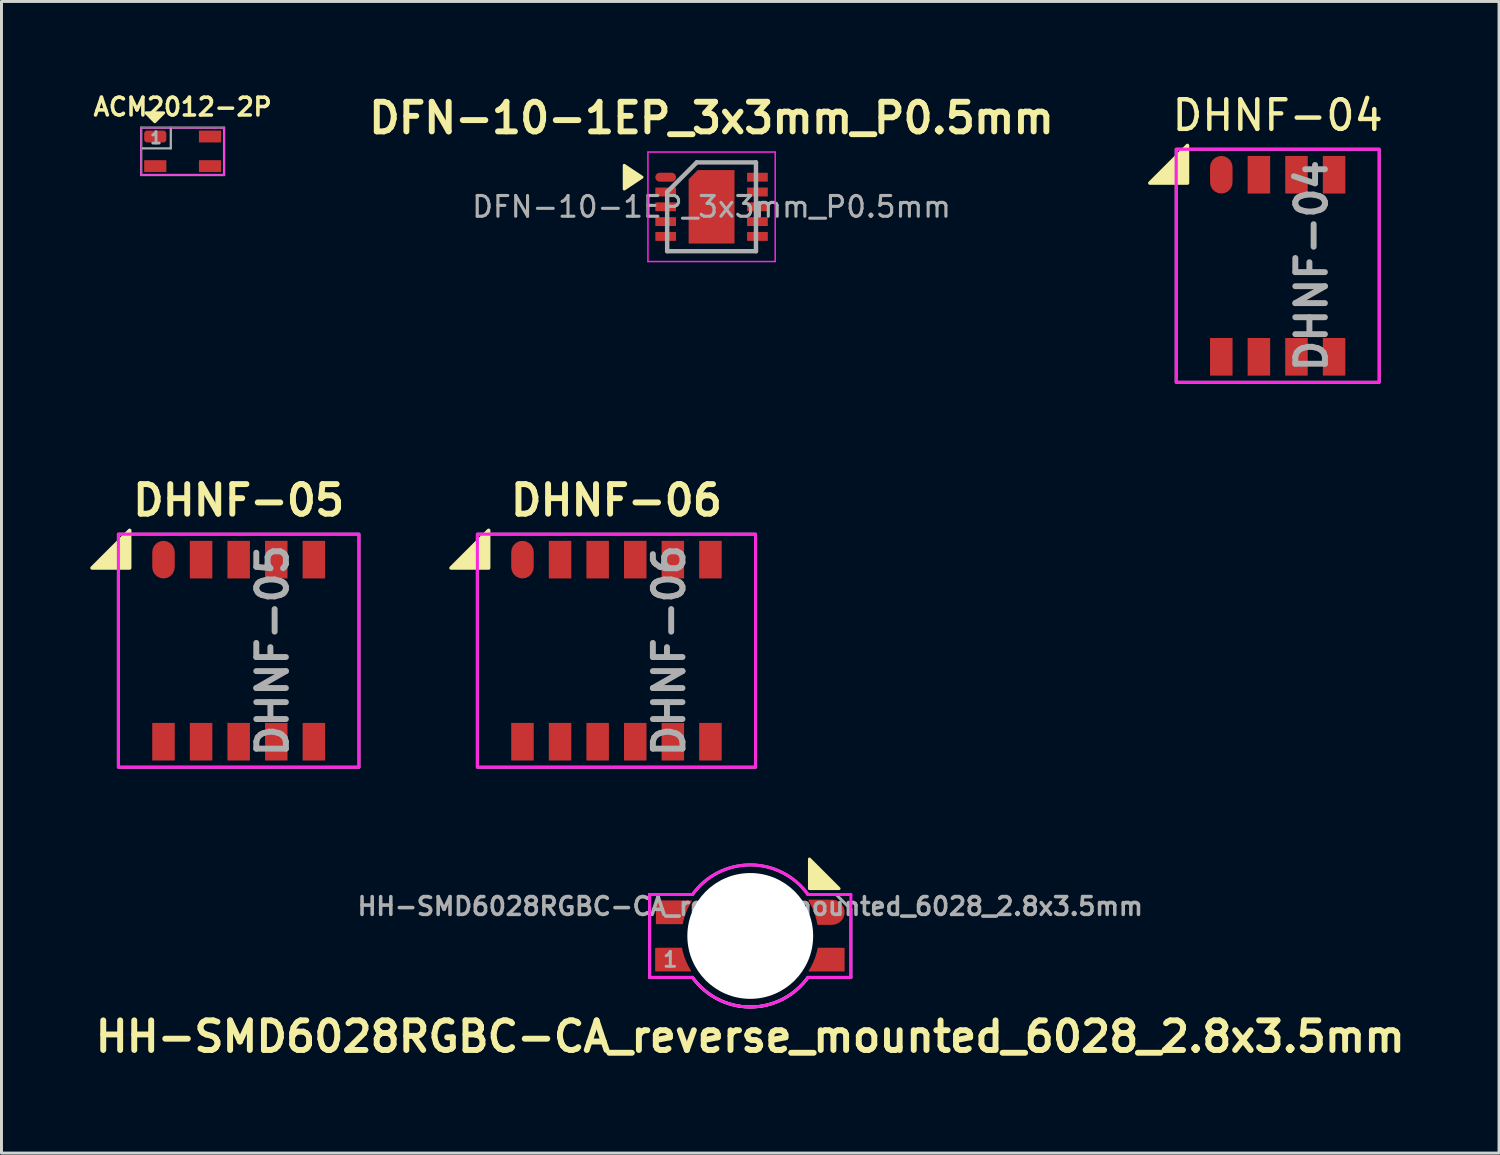
<source format=kicad_pcb>
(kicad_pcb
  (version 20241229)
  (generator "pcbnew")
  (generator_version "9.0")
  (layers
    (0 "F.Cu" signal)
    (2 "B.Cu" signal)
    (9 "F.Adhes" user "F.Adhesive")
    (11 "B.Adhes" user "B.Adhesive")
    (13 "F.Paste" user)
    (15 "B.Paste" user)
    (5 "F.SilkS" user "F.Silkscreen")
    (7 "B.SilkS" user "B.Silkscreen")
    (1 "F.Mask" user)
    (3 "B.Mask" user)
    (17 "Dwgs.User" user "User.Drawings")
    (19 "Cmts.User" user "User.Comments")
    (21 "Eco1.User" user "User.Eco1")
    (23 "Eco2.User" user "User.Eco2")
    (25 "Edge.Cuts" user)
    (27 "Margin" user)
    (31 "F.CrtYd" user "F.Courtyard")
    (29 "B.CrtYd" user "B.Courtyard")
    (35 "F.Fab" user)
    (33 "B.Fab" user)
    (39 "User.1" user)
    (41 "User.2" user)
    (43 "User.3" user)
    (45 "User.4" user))
  (footprint "DHNF-04"
    (layer "F.Cu")
    (at 40.113 5.928)
    (property "Reference" "DHNF-04" (at 0 -5.08 0) (unlocked yes) (layer "F.SilkS") (effects (font (size 1 1) (thickness 0.15))))
    (attr smd)
    (fp_poly (pts (xy -3.048 -2.794) (xy -4.318 -2.794) (xy -3.048 -4.064)) (stroke (width 0.12) (type solid)) (fill yes) (layer "F.SilkS"))
    (fp_poly (pts (xy 3.429 -3.937) (xy 3.429 3.937) (xy -3.429 3.937) (xy -3.429 -3.937)) (stroke (width 0.1) (type solid)) (fill no) (layer "F.CrtYd"))
    (fp_poly (pts (xy 3.429 -3.937) (xy 3.429 3.937) (xy -3.429 3.937) (xy -3.429 -3.937)) (stroke (width 0.1) (type solid)) (fill no) (layer "F.Fab"))
    (fp_text user "${REFERENCE}" (at 1.143 0 90) (unlocked yes) (layer "F.Fab") (effects (font (size 1 1) (thickness 0.2))))
    (pad "1" smd roundrect (at -1.905 -3.075) (size 0.76 1.27) (layers "F.Cu" "F.Mask" "F.Paste") (roundrect_rratio 0.5))
    (pad "2" smd rect (at -0.635 -3.075) (size 0.76 1.27) (layers "F.Cu" "F.Mask" "F.Paste"))
    (pad "3" smd rect (at 0.635 -3.075) (size 0.76 1.27) (layers "F.Cu" "F.Mask" "F.Paste"))
    (pad "4" smd rect (at 1.905 -3.075) (size 0.76 1.27) (layers "F.Cu" "F.Mask" "F.Paste"))
    (pad "5" smd rect (at 1.905 3.075) (size 0.76 1.27) (layers "F.Cu" "F.Mask" "F.Paste"))
    (pad "6" smd rect (at 0.635 3.075) (size 0.76 1.27) (layers "F.Cu" "F.Mask" "F.Paste"))
    (pad "7" smd rect (at -0.635 3.075) (size 0.76 1.27) (layers "F.Cu" "F.Mask" "F.Paste"))
    (pad "8" smd rect (at -1.905 3.075) (size 0.76 1.27) (layers "F.Cu" "F.Mask" "F.Paste")))
  (footprint "DHNF-06"
    (layer "F.Cu")
    (at 17.775 18.931)
    (property "Reference" "DHNF-06" (at 0 -5.08 0) (unlocked yes) (layer "F.SilkS") (effects (font (size 1 1) (thickness 0.2))))
    (attr smd)
    (fp_poly (pts (xy -4.318 -2.794) (xy -5.588 -2.794) (xy -4.318 -4.064)) (stroke (width 0.12) (type solid)) (fill yes) (layer "F.SilkS"))
    (fp_poly (pts (xy 4.699 -3.937) (xy 4.699 3.937) (xy -4.699 3.937) (xy -4.699 -3.937)) (stroke (width 0.1) (type solid)) (fill no) (layer "F.CrtYd"))
    (fp_poly (pts (xy 4.699 -3.937) (xy 4.699 3.937) (xy -4.699 3.937) (xy -4.699 -3.937)) (stroke (width 0.1) (type solid)) (fill no) (layer "F.Fab"))
    (fp_text user "${REFERENCE}" (at 1.778 0 90) (unlocked yes) (layer "F.Fab") (effects (font (size 1 1) (thickness 0.2))))
    (pad "1" smd roundrect (at -3.175 -3.075) (size 0.76 1.27) (layers "F.Cu" "F.Mask" "F.Paste") (roundrect_rratio 0.5))
    (pad "2" smd rect (at -1.905 -3.075) (size 0.76 1.27) (layers "F.Cu" "F.Mask" "F.Paste"))
    (pad "3" smd rect (at -0.635 -3.075) (size 0.76 1.27) (layers "F.Cu" "F.Mask" "F.Paste"))
    (pad "4" smd rect (at 0.635 -3.075) (size 0.76 1.27) (layers "F.Cu" "F.Mask" "F.Paste"))
    (pad "5" smd rect (at 1.905 -3.075) (size 0.76 1.27) (layers "F.Cu" "F.Mask" "F.Paste"))
    (pad "6" smd rect (at 3.175 -3.075) (size 0.76 1.27) (layers "F.Cu" "F.Mask" "F.Paste"))
    (pad "7" smd rect (at 3.175 3.075) (size 0.76 1.27) (layers "F.Cu" "F.Mask" "F.Paste"))
    (pad "8" smd rect (at 1.905 3.075) (size 0.76 1.27) (layers "F.Cu" "F.Mask" "F.Paste"))
    (pad "9" smd rect (at 0.635 3.075) (size 0.76 1.27) (layers "F.Cu" "F.Mask" "F.Paste"))
    (pad "10" smd rect (at -0.635 3.075) (size 0.76 1.27) (layers "F.Cu" "F.Mask" "F.Paste"))
    (pad "11" smd rect (at -1.905 3.075) (size 0.76 1.27) (layers "F.Cu" "F.Mask" "F.Paste"))
    (pad "12" smd rect (at -3.175 3.075) (size 0.76 1.27) (layers "F.Cu" "F.Mask" "F.Paste")))
  (footprint "DHNF-05"
    (layer "F.Cu")
    (at 5.013 18.931)
    (property "Reference" "DHNF-05" (at 0 -5.08 0) (unlocked yes) (layer "F.SilkS") (effects (font (size 1 1) (thickness 0.2))))
    (attr smd)
    (fp_poly (pts (xy -3.683 -2.794) (xy -4.953 -2.794) (xy -3.683 -4.064)) (stroke (width 0.12) (type solid)) (fill yes) (layer "F.SilkS"))
    (fp_poly (pts (xy 4.064 -3.937) (xy 4.064 3.937) (xy -4.064 3.937) (xy -4.064 -3.937)) (stroke (width 0.1) (type solid)) (fill no) (layer "F.CrtYd"))
    (fp_poly (pts (xy 4.064 -3.937) (xy 4.064 3.937) (xy -4.064 3.937) (xy -4.064 -3.937)) (stroke (width 0.1) (type solid)) (fill no) (layer "F.Fab"))
    (fp_text user "${REFERENCE}" (at 1.143 0 90) (unlocked yes) (layer "F.Fab") (effects (font (size 1 1) (thickness 0.2))))
    (pad "1" smd roundrect (at -2.54 -3.075) (size 0.76 1.27) (layers "F.Cu" "F.Mask" "F.Paste") (roundrect_rratio 0.5))
    (pad "2" smd rect (at -1.27 -3.075) (size 0.76 1.27) (layers "F.Cu" "F.Mask" "F.Paste"))
    (pad "3" smd rect (at 0 -3.075) (size 0.76 1.27) (layers "F.Cu" "F.Mask" "F.Paste"))
    (pad "4" smd rect (at 1.27 -3.075) (size 0.76 1.27) (layers "F.Cu" "F.Mask" "F.Paste"))
    (pad "5" smd rect (at 2.54 -3.075) (size 0.76 1.27) (layers "F.Cu" "F.Mask" "F.Paste"))
    (pad "6" smd rect (at 2.54 3.075) (size 0.76 1.27) (layers "F.Cu" "F.Mask" "F.Paste"))
    (pad "7" smd rect (at 1.27 3.075) (size 0.76 1.27) (layers "F.Cu" "F.Mask" "F.Paste"))
    (pad "8" smd rect (at 0 3.075) (size 0.76 1.27) (layers "F.Cu" "F.Mask" "F.Paste"))
    (pad "9" smd rect (at -1.27 3.075) (size 0.76 1.27) (layers "F.Cu" "F.Mask" "F.Paste"))
    (pad "10" smd rect (at -2.54 3.075) (size 0.76 1.27) (layers "F.Cu" "F.Mask" "F.Paste")))
  (footprint "HH-SMD6028RGBC-CA_reverse_mounted_6028_2.8x3.5mm"
    (layer "F.Cu")
    (at 22.295 28.568)
    (property "Reference" "HH-SMD6028RGBC-CA_reverse_mounted_6028_2.8x3.5mm" (at 0 3.4 0) (layer "F.SilkS") (effects (font (size 1 1) (thickness 0.2))))
    (attr smd)
    (fp_poly (pts (xy 3 -1.6) (xy 2 -1.6) (xy 2 -2.6)) (stroke (width 0.1) (type solid)) (fill yes) (layer "F.SilkS"))
    (fp_line (start -3.4 -1.4) (end -3.4 1.4) (stroke (width 0.1) (type solid)) (layer "F.CrtYd"))
    (fp_line (start -3.4 -1.4) (end -1.95 -1.4) (stroke (width 0.1) (type solid)) (layer "F.CrtYd"))
    (fp_line (start -3.4 1.4) (end -1.95 1.4) (stroke (width 0.1) (type solid)) (layer "F.CrtYd"))
    (fp_line (start 3.4 -1.4) (end 1.95 -1.4) (stroke (width 0.1) (type solid)) (layer "F.CrtYd"))
    (fp_line (start 3.4 -1.4) (end 3.4 1.4) (stroke (width 0.1) (type solid)) (layer "F.CrtYd"))
    (fp_line (start 3.4 1.4) (end 1.95 1.4) (stroke (width 0.1) (type solid)) (layer "F.CrtYd"))
    (fp_arc (start -1.949999 -1.400001) (mid 0 -2.400014) (end 1.949999 -1.4) (stroke (width 0.1) (type solid)) (layer "F.CrtYd"))
    (fp_arc (start 1.95 1.4) (mid 0.000001 2.400013) (end -1.949998 1.399999) (stroke (width 0.1) (type solid)) (layer "F.CrtYd"))
    (fp_line (start -3.4 -1.4) (end -3.4 1.4) (stroke (width 0.1) (type solid)) (layer "F.Fab"))
    (fp_line (start -3.4 -1.4) (end -1.95 -1.4) (stroke (width 0.1) (type solid)) (layer "F.Fab"))
    (fp_line (start -3.4 1.4) (end -1.95 1.4) (stroke (width 0.1) (type solid)) (layer "F.Fab"))
    (fp_line (start 2.9 -1.4) (end 1.95 -1.4) (stroke (width 0.1) (type solid)) (layer "F.Fab"))
    (fp_line (start 2.9 -1.4) (end 3.4 -0.9) (stroke (width 0.1) (type solid)) (layer "F.Fab"))
    (fp_line (start 3.4 -0.9) (end 3.4 1.4) (stroke (width 0.1) (type solid)) (layer "F.Fab"))
    (fp_line (start 3.4 1.4) (end 1.95 1.4) (stroke (width 0.1) (type solid)) (layer "F.Fab"))
    (fp_arc (start -1.95 -1.399999) (mid -0.000001 -2.40052) (end 1.949999 -1.4) (stroke (width 0.1) (type solid)) (layer "F.Fab"))
    (fp_arc (start 1.95 1.399999) (mid 0.000001 2.40052) (end -1.949999 1.4) (stroke (width 0.1) (type solid)) (layer "F.Fab"))
    (fp_arc (start 1.95 1.399999) (mid 0.000001 2.40052) (end -1.949999 1.4) (stroke (width 0.1) (type solid)) (layer "F.Fab"))
    (fp_text user "1" (at -2.7 0.8 0) (layer "F.Fab") (effects (font (size 0.5 0.5) (thickness 0.1))))
    (fp_text user "${REFERENCE}" (at 0 -1 0) (layer "F.Fab") (effects (font (size 0.6 0.6) (thickness 0.12))))
    (pad "" np_thru_hole circle (at 0 0 180) (size 4.25 4.25) (drill 4.25) (layers "*.Cu" "*.Mask"))
    (pad "1" smd custom (at -2.667 0.8 180) (size 0.5 0.5) (layers "F.Cu" "F.Mask" "F.Paste") (options (anchor circle)) (primitives (gr_arc (start -0.65 -0.38) (mid -0.461984 -0.014048) (end -0.346215 0.380753) (width 0.04)) (gr_line (start 0.525 0.38) (end -0.346 0.383) (width 0.04)) (gr_line (start 0.525 0.38) (end 0.525 -0.38) (width 0.04)) (gr_poly (pts (xy -0.325 0.375) (xy 0.525 0.375) (xy 0.525 -0.375) (xy -0.625 -0.375) (xy -0.425 0.025)) (width 0.04) (fill yes)) (gr_line (start 0.525 -0.38) (end -0.65 -0.38) (width 0.04))))
    (pad "2" smd custom (at -2.642 -0.8 180) (size 0.5 0.5) (layers "F.Cu" "F.Mask" "F.Paste") (options (anchor circle)) (primitives (gr_arc (start -0.346215 -0.380753) (mid -0.461984 0.014048) (end -0.65 0.38) (width 0.04)) (gr_line (start 0.525 -0.38) (end -0.346 -0.383) (width 0.04)) (gr_line (start 0.525 -0.38) (end 0.525 0.38) (width 0.04)) (gr_poly (pts (xy -0.325 -0.375) (xy 0.525 -0.375) (xy 0.525 0.375) (xy -0.625 0.375) (xy -0.425 -0.025)) (width 0.04) (fill yes)) (gr_line (start 0.525 0.38) (end -0.65 0.38) (width 0.04))))
    (pad "3" smd custom (at 2.642 0.8) (size 0.5 0.5) (layers "F.Cu" "F.Mask" "F.Paste") (options (anchor circle)) (primitives (gr_arc (start -0.346215 -0.380753) (mid -0.461984 0.014048) (end -0.65 0.38) (width 0.04)) (gr_line (start 0.525 -0.38) (end -0.346 -0.383) (width 0.04)) (gr_line (start 0.525 -0.38) (end 0.525 0.38) (width 0.04)) (gr_poly (pts (xy -0.325 -0.375) (xy 0.525 -0.375) (xy 0.525 0.375) (xy -0.625 0.375) (xy -0.425 -0.025)) (width 0.04) (fill yes)) (gr_line (start 0.525 0.38) (end -0.65 0.38) (width 0.04))))
    (pad "4" smd custom (at 2.565 -0.8) (size 0.5 0.5) (layers "F.Cu" "F.Mask" "F.Paste") (options (anchor circle)) (primitives (gr_poly (pts (xy -0.55 -0.4) (xy -0.45 -0.2) (xy -0.35 0.025) (xy -0.3 0.25) (xy -0.25 0.4) (xy 0.175 0.4) (xy 0.175 -0.4)) (width 0.04) (fill yes)) (gr_line (start -0.575 -0.4) (end 0.2 -0.4) (width 0.05)) (gr_arc (start -0.575704 -0.399073) (mid -0.388113 -0.01355) (end -0.275001 0.4) (width 0.05)) (gr_arc (start 0.2 -0.4) (mid 0.6 0) (end 0.2 0.4) (width 0.05)) (gr_circle (center 0.2 0) (end 0.4 0) (width 0.4) (fill no)) (gr_line (start -0.275 0.4) (end 0.2 0.4) (width 0.05)))))
  (footprint "DFN-10-1EP_3x3mm_P0.5mm"
    (layer "F.Cu")
    (at 20.988 3.936)
    (property "Reference" "DFN-10-1EP_3x3mm_P0.5mm" (at 0 -3 0) (layer "F.SilkS") (effects (font (size 1 1) (thickness 0.2))))
    (attr smd)
    (fp_poly (pts (xy -2.35 -1) (xy -2.95 -0.6) (xy -2.95 -1.4)) (stroke (width 0.1) (type solid)) (fill yes) (layer "F.SilkS"))
    (fp_line (start -2.15 -1.85) (end -2.15 1.85) (stroke (width 0.05) (type solid)) (layer "F.CrtYd"))
    (fp_line (start -2.15 -1.85) (end 2.15 -1.85) (stroke (width 0.05) (type solid)) (layer "F.CrtYd"))
    (fp_line (start -2.15 1.85) (end 2.15 1.85) (stroke (width 0.05) (type solid)) (layer "F.CrtYd"))
    (fp_line (start 2.15 -1.85) (end 2.15 1.85) (stroke (width 0.05) (type solid)) (layer "F.CrtYd"))
    (fp_line (start -1.5 -0.5) (end -0.5 -1.5) (stroke (width 0.15) (type solid)) (layer "F.Fab"))
    (fp_line (start -1.5 1.5) (end -1.5 -0.5) (stroke (width 0.15) (type solid)) (layer "F.Fab"))
    (fp_line (start -0.5 -1.5) (end 1.5 -1.5) (stroke (width 0.15) (type solid)) (layer "F.Fab"))
    (fp_line (start 1.5 -1.5) (end 1.5 1.5) (stroke (width 0.15) (type solid)) (layer "F.Fab"))
    (fp_line (start 1.5 1.5) (end -1.5 1.5) (stroke (width 0.15) (type solid)) (layer "F.Fab"))
    (fp_text user "${REFERENCE}" (at 0 0 0) (layer "F.Fab") (effects (font (size 0.7 0.7) (thickness 0.105))))
    (pad "" smd rect (at -0.388 -0.62) (size 0.6 1.05) (layers "F.Paste"))
    (pad "" smd rect (at -0.388 0.62) (size 0.6 1.05) (layers "F.Paste"))
    (pad "" smd rect (at 0.388 -0.62) (size 0.6 1.05) (layers "F.Paste"))
    (pad "" smd rect (at 0.388 0.62) (size 0.6 1.05) (layers "F.Paste"))
    (pad "1" smd oval (at -1.55 -1) (size 0.7 0.3) (layers "F.Cu" "F.Mask" "F.Paste"))
    (pad "2" smd rect (at -1.55 -0.5) (size 0.7 0.3) (layers "F.Cu" "F.Mask" "F.Paste"))
    (pad "3" smd rect (at -1.55 0) (size 0.7 0.3) (layers "F.Cu" "F.Mask" "F.Paste"))
    (pad "4" smd rect (at -1.55 0.5) (size 0.7 0.3) (layers "F.Cu" "F.Mask" "F.Paste"))
    (pad "5" smd rect (at -1.55 1) (size 0.7 0.3) (layers "F.Cu" "F.Mask" "F.Paste"))
    (pad "6" smd rect (at 1.55 1) (size 0.7 0.3) (layers "F.Cu" "F.Mask" "F.Paste"))
    (pad "7" smd rect (at 1.55 0.5) (size 0.7 0.3) (layers "F.Cu" "F.Mask" "F.Paste"))
    (pad "8" smd rect (at 1.55 0) (size 0.7 0.3) (layers "F.Cu" "F.Mask" "F.Paste"))
    (pad "9" smd rect (at 1.55 -0.5) (size 0.7 0.3) (layers "F.Cu" "F.Mask" "F.Paste"))
    (pad "10" smd rect (at 1.55 -1) (size 0.7 0.3) (layers "F.Cu" "F.Mask" "F.Paste"))
    (pad "11" smd roundrect (at 0 0) (size 1.55 2.48) (layers "F.Cu" "F.Mask") (roundrect_rratio 0) (chamfer_ratio 0.2) (chamfer top_left)))
  (footprint "ACM2012-2P"
    (layer "F.Cu")
    (at 3.12 2.062)
    (property "Reference" "ACM2012-2P" (at 0 -1.5 0) (layer "F.SilkS") (effects (font (size 0.6 0.6) (thickness 0.12))))
    (attr through_hole)
    (fp_poly (pts (xy -0.94 -1) (xy -1.24 -1.3) (xy -0.64 -1.3)) (stroke (width 0.1) (type solid)) (fill yes) (layer "F.SilkS"))
    (fp_line (start -1.4 -0.8) (end 1.4 -0.8) (stroke (width 0.05) (type solid)) (layer "F.CrtYd"))
    (fp_line (start -1.4 0.8) (end -1.4 -0.8) (stroke (width 0.05) (type solid)) (layer "F.CrtYd"))
    (fp_line (start 1.4 -0.8) (end 1.4 0.8) (stroke (width 0.05) (type solid)) (layer "F.CrtYd"))
    (fp_line (start 1.4 0.8) (end -1.4 0.8) (stroke (width 0.05) (type solid)) (layer "F.CrtYd"))
    (fp_line (start -1.4 -0.8) (end 1.4 -0.8) (stroke (width 0.076) (type solid)) (layer "F.Fab"))
    (fp_line (start -1.4 -0.1) (end -0.4 -0.1) (stroke (width 0.076) (type solid)) (layer "F.Fab"))
    (fp_line (start -1.4 0.8) (end -1.4 -0.8) (stroke (width 0.076) (type solid)) (layer "F.Fab"))
    (fp_line (start -0.4 -0.8) (end -0.4 -0.1) (stroke (width 0.076) (type solid)) (layer "F.Fab"))
    (fp_line (start 1.4 -0.8) (end 1.4 0.8) (stroke (width 0.076) (type solid)) (layer "F.Fab"))
    (fp_line (start 1.4 0.8) (end -1.4 0.8) (stroke (width 0.076) (type solid)) (layer "F.Fab"))
    (fp_text user "1" (at -0.9 -0.45 0) (layer "F.Fab") (effects (font (size 0.381 0.381) (thickness 0.095))))
    (pad "1" smd roundrect (at -0.925 -0.5) (size 0.75 0.4) (layers "F.Cu" "F.Mask" "F.Paste") (roundrect_rratio 0.25))
    (pad "2" smd rect (at -0.925 0.5) (size 0.75 0.4) (layers "F.Cu" "F.Mask" "F.Paste"))
    (pad "3" smd rect (at 0.925 0.5) (size 0.75 0.4) (layers "F.Cu" "F.Mask" "F.Paste"))
    (pad "4" smd rect (at 0.925 -0.5) (size 0.75 0.4) (layers "F.Cu" "F.Mask" "F.Paste")))
  (gr_rect
    (start -3 -3)
    (end 47.59 35.904)
    (stroke (width 0.1) (type default))
    (fill no)
    (layer "Edge.Cuts")))
</source>
